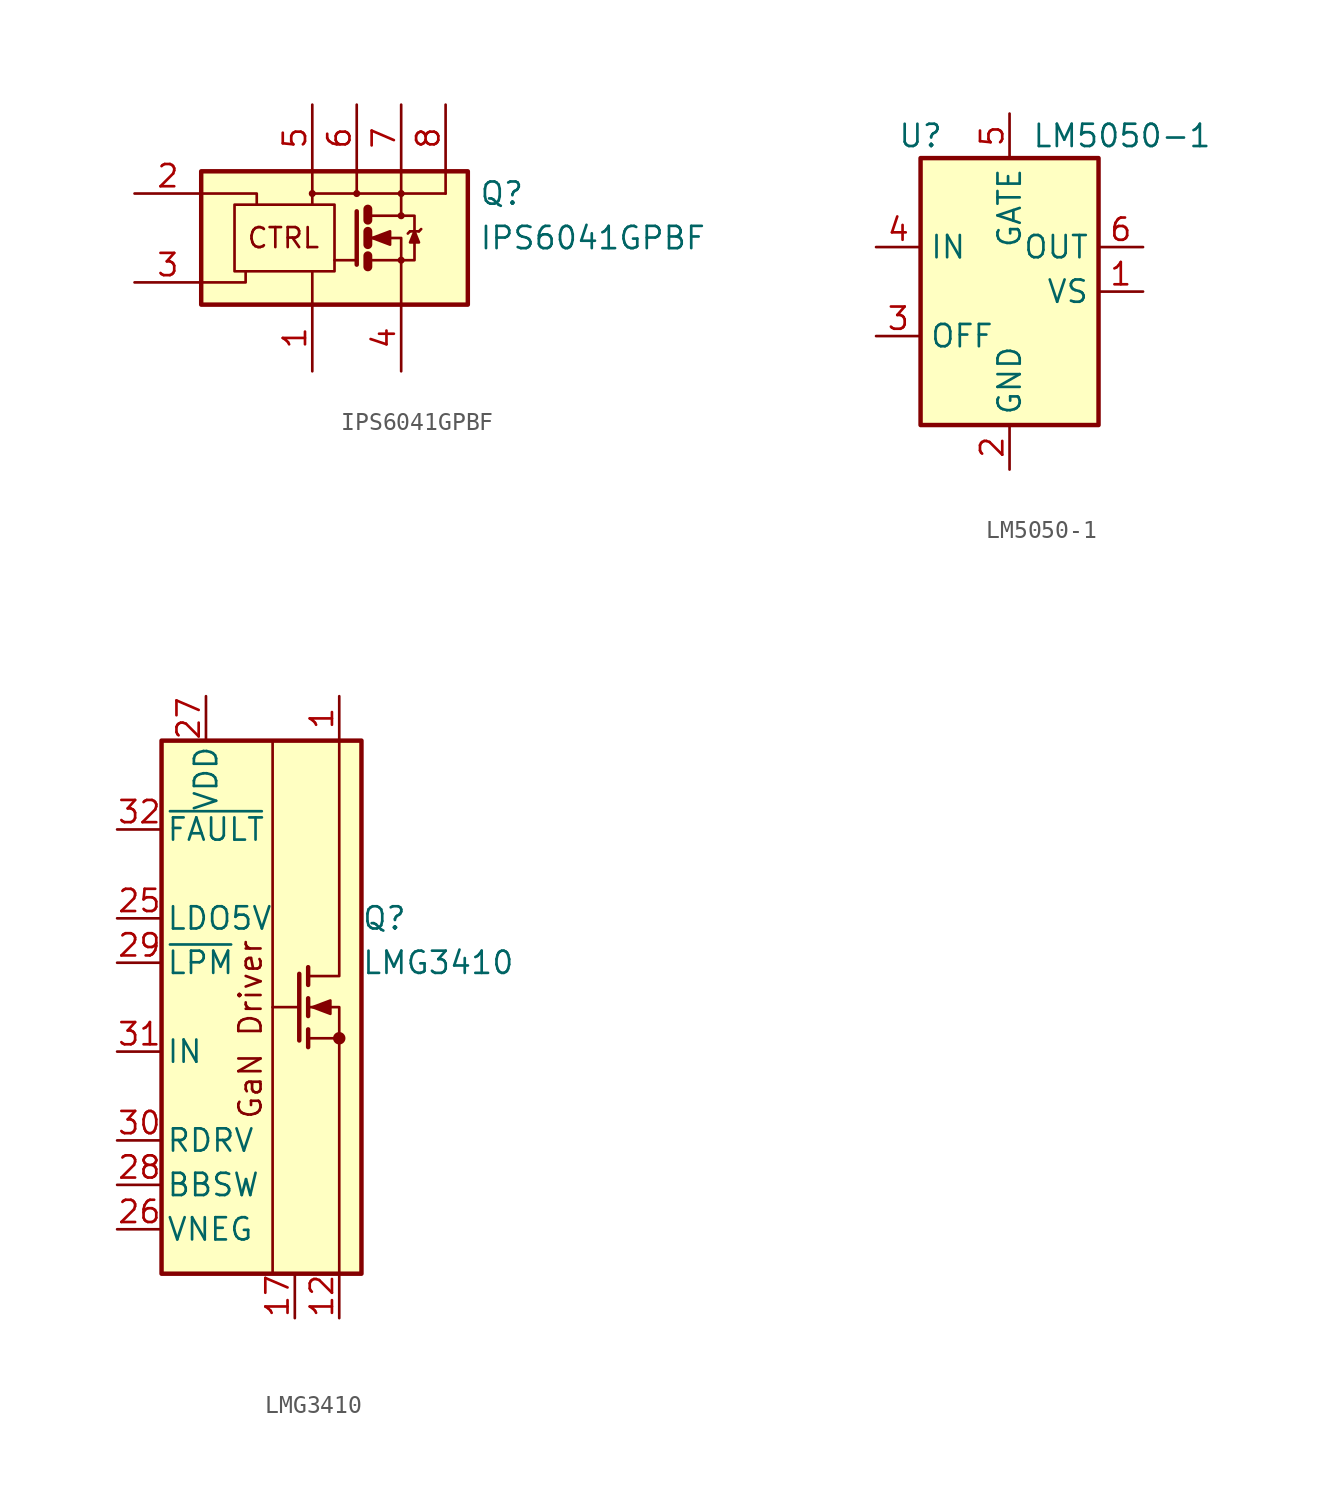
<source format=kicad_sym>
(kicad_symbol_lib
  (version 20211014)
  (generator kicad_symbol_editor)
  (symbol "IPS6041GPBF"
    (pin_names
      (offset 0) hide)
    (property "Reference" "Q"
      (at 9.525 2.54 0)
      (effects (font (size 1.27 1.27)) (justify left)))
    (property "Value" "IPS6041GPBF"
      (at 9.525 0 0)
      (effects (font (size 1.27 1.27)) (justify left)))
    (symbol "IPS6041GPBF_0_0"
      (rectangle (start -6.35 3.81) (end 8.89 -3.81) (stroke (width 0.254) (type default) (color 0 0 0 0)) (fill (type background)))
      (polyline (pts (xy 0 -3.81) (xy 0 -1.905)) (stroke (width 0) (type default) (color 0 0 0 0)) (fill (type none)))
      (polyline (pts (xy 0 2.54) (xy 0 3.81)) (stroke (width 0) (type default) (color 0 0 0 0)) (fill (type none)))
      (polyline (pts (xy 2.54 2.54) (xy 2.54 3.81)) (stroke (width 0) (type default) (color 0 0 0 0)) (fill (type none)))
      (polyline (pts (xy -6.35 -2.54) (xy -3.81 -2.54) (xy -3.81 -1.905)) (stroke (width 0) (type default) (color 0 0 0 0)) (fill (type none)))
      (polyline (pts (xy -6.35 2.54) (xy -3.175 2.54) (xy -3.175 1.905)) (stroke (width 0) (type default) (color 0 0 0 0)) (fill (type none)))
      (polyline (pts (xy 0 1.905) (xy 0 2.54) (xy 5.08 2.54)) (stroke (width 0) (type default) (color 0 0 0 0)) (fill (type none)))
      (circle (center 0 2.54) (radius 0.127) (stroke (width 0) (type default) (color 0 0 0 0)) (fill (type none)))
      (circle (center 2.54 2.54) (radius 0.127) (stroke (width 0) (type default) (color 0 0 0 0)) (fill (type none)))
      (circle (center 5.08 2.54) (radius 0.127) (stroke (width 0) (type default) (color 0 0 0 0)) (fill (type none)))
      (text "CTRL" (at -1.651 0 0) (effects (font (size 1.143 1.143)))))
    (symbol "IPS6041GPBF_0_1"
      (rectangle (start -4.445 1.905) (end 1.27 -1.905) (stroke (width 0) (type default) (color 0 0 0 0)) (fill (type none)))
      (polyline (pts (xy 2.54 -1.27) (xy 1.27 -1.27)) (stroke (width 0) (type default) (color 0 0 0 0)) (fill (type none)))
      (polyline (pts (xy 3.175 -1.016) (xy 3.175 -1.651)) (stroke (width 0.508) (type default) (color 0 0 0 0)) (fill (type none)))
      (polyline (pts (xy 3.175 0.381) (xy 3.175 -0.381)) (stroke (width 0.508) (type default) (color 0 0 0 0)) (fill (type none)))
      (polyline (pts (xy 3.175 1.651) (xy 3.175 1.016)) (stroke (width 0.508) (type default) (color 0 0 0 0)) (fill (type none)))
      (polyline (pts (xy 3.302 -1.27) (xy 5.08 -1.27)) (stroke (width 0) (type default) (color 0 0 0 0)) (fill (type none)))
      (polyline (pts (xy 3.302 1.27) (xy 5.08 1.27)) (stroke (width 0) (type default) (color 0 0 0 0)) (fill (type none)))
      (polyline (pts (xy 5.08 1.27) (xy 5.08 3.81)) (stroke (width 0) (type default) (color 0 0 0 0)) (fill (type none)))
      (polyline (pts (xy 5.08 2.54) (xy 7.62 2.54)) (stroke (width 0) (type default) (color 0 0 0 0)) (fill (type none)))
      (polyline (pts (xy 5.588 0.381) (xy 5.461 0.254)) (stroke (width 0) (type default) (color 0 0 0 0)) (fill (type none)))
      (polyline (pts (xy 5.588 0.381) (xy 6.096 0.381)) (stroke (width 0) (type default) (color 0 0 0 0)) (fill (type none)))
      (polyline (pts (xy 6.096 0.381) (xy 6.223 0.508)) (stroke (width 0) (type default) (color 0 0 0 0)) (fill (type none)))
      (polyline (pts (xy 7.62 3.81) (xy 7.62 2.54)) (stroke (width 0) (type default) (color 0 0 0 0)) (fill (type none)))
      (polyline (pts (xy 2.54 1.524) (xy 2.54 -1.524) (xy 2.54 -1.524)) (stroke (width 0.254) (type default) (color 0 0 0 0)) (fill (type none)))
      (polyline (pts (xy 3.302 0) (xy 5.08 0) (xy 5.08 -3.81)) (stroke (width 0) (type default) (color 0 0 0 0)) (fill (type none)))
      (polyline (pts (xy 5.08 -1.27) (xy 5.842 -1.27) (xy 5.842 1.27) (xy 5.08 1.27)) (stroke (width 0) (type default) (color 0 0 0 0)) (fill (type none)))
      (polyline (pts (xy 5.842 0.381) (xy 5.588 -0.254) (xy 6.096 -0.254) (xy 5.842 0.381)) (stroke (width 0) (type default) (color 0 0 0 0)) (fill (type outline)))
      (polyline (pts (xy 3.429 0) (xy 4.445 0.381) (xy 4.445 -0.381) (xy 3.429 0) (xy 3.556 0) (xy 3.556 0)) (stroke (width 0) (type default) (color 0 0 0 0)) (fill (type outline)))
      (circle (center 5.08 -1.27) (radius 0.127) (stroke (width 0) (type default) (color 0 0 0 0)) (fill (type none)))
      (circle (center 5.08 1.27) (radius 0.127) (stroke (width 0) (type default) (color 0 0 0 0)) (fill (type none))))
    (symbol "IPS6041GPBF_1_1"
      (pin power_in line (at 0 -7.62 90) (length 3.81) (name "GND" (effects (font (size 1.27 1.27)))) (number "1" (effects (font (size 1.27 1.27)))))
      (pin input line (at -10.16 2.54 0) (length 3.81) (name "IN" (effects (font (size 1.27 1.27)))) (number "2" (effects (font (size 1.27 1.27)))))
      (pin bidirectional line (at -10.16 -2.54 0) (length 3.81) (name "DG" (effects (font (size 1.27 1.27)))) (number "3" (effects (font (size 1.27 1.27)))))
      (pin output line (at 5.08 -7.62 90) (length 3.81) (name "OUT" (effects (font (size 1.27 1.27)))) (number "4" (effects (font (size 1.27 1.27)))))
      (pin power_in line (at 0 7.62 270) (length 3.81) (name "VCC" (effects (font (size 1.27 1.27)))) (number "5" (effects (font (size 1.27 1.27)))))
      (pin power_in line (at 2.54 7.62 270) (length 3.81) (name "~" (effects (font (size 1.27 1.27)))) (number "6" (effects (font (size 1.27 1.27)))))
      (pin power_in line (at 5.08 7.62 270) (length 3.81) (name "~" (effects (font (size 1.27 1.27)))) (number "7" (effects (font (size 1.27 1.27)))))
      (pin power_in line (at 7.62 7.62 270) (length 3.81) (name "~" (effects (font (size 1.27 1.27)))) (number "8" (effects (font (size 1.27 1.27)))))))
  (symbol "LM5050-1"
    (property "Reference" "U"
      (at -5.08 8.89 0)
      (effects (font (size 1.27 1.27))))
    (property "Value" "LM5050-1"
      (at 1.27 8.89 0)
      (effects (font (size 1.27 1.27)) (justify left)))
    (symbol "LM5050-1_0_1"
      (rectangle (start -5.08 7.62) (end 5.08 -7.62) (stroke (width 0.254) (type default) (color 0 0 0 0)) (fill (type background))))
    (symbol "LM5050-1_1_1"
      (pin passive line (at 7.62 0 180) (length 2.54) (name "VS" (effects (font (size 1.27 1.27)))) (number "1" (effects (font (size 1.27 1.27)))))
      (pin power_in line (at 0 -10.16 90) (length 2.54) (name "GND" (effects (font (size 1.27 1.27)))) (number "2" (effects (font (size 1.27 1.27)))))
      (pin input line (at -7.62 -2.54 0) (length 2.54) (name "OFF" (effects (font (size 1.27 1.27)))) (number "3" (effects (font (size 1.27 1.27)))))
      (pin input line (at -7.62 2.54 0) (length 2.54) (name "IN" (effects (font (size 1.27 1.27)))) (number "4" (effects (font (size 1.27 1.27)))))
      (pin output line (at 0 10.16 270) (length 2.54) (name "GATE" (effects (font (size 1.27 1.27)))) (number "5" (effects (font (size 1.27 1.27)))))
      (pin input line (at 7.62 2.54 180) (length 2.54) (name "OUT" (effects (font (size 1.27 1.27)))) (number "6" (effects (font (size 1.27 1.27)))))))
  (symbol "LMG3410"
    (pin_names
      (offset 0.254))
    (property "Reference" "Q"
      (at 6.35 5.08 0)
      (effects (font (size 1.27 1.27)) (justify left)))
    (property "Value" "LMG3410"
      (at 6.35 2.54 0)
      (effects (font (size 1.27 1.27)) (justify left)))
    (symbol "LMG3410_0_1"
      (rectangle (start -5.08 15.24) (end 6.35 -15.24) (stroke (width 0.254) (type default) (color 0 0 0 0)) (fill (type background)))
      (polyline (pts (xy 1.27 0) (xy 2.794 0)) (stroke (width 0) (type default) (color 0 0 0 0)) (fill (type none)))
      (polyline (pts (xy 1.27 15.24) (xy 1.27 -15.24)) (stroke (width 0) (type default) (color 0 0 0 0)) (fill (type none)))
      (polyline (pts (xy 3.302 -1.778) (xy 5.08 -1.778)) (stroke (width 0) (type default) (color 0 0 0 0)) (fill (type none)))
      (polyline (pts (xy 3.302 -1.27) (xy 3.302 -2.286)) (stroke (width 0.254) (type default) (color 0 0 0 0)) (fill (type none)))
      (polyline (pts (xy 3.302 0.508) (xy 3.302 -0.508)) (stroke (width 0.254) (type default) (color 0 0 0 0)) (fill (type none)))
      (polyline (pts (xy 3.302 2.286) (xy 3.302 1.27)) (stroke (width 0.254) (type default) (color 0 0 0 0)) (fill (type none)))
      (polyline (pts (xy 2.794 1.905) (xy 2.794 -1.905) (xy 2.794 -1.905)) (stroke (width 0.254) (type default) (color 0 0 0 0)) (fill (type none)))
      (polyline (pts (xy 3.302 0) (xy 5.08 0) (xy 5.08 -15.24)) (stroke (width 0) (type default) (color 0 0 0 0)) (fill (type none)))
      (polyline (pts (xy 5.08 15.24) (xy 5.08 1.778) (xy 3.302 1.778)) (stroke (width 0) (type default) (color 0 0 0 0)) (fill (type none)))
      (polyline (pts (xy 3.556 0) (xy 4.572 0.381) (xy 4.572 -0.381) (xy 3.556 0)) (stroke (width 0) (type default) (color 0 0 0 0)) (fill (type outline)))
      (circle (center 5.08 -1.778) (radius 0.279) (stroke (width 0) (type default) (color 0 0 0 0)) (fill (type outline))))
    (symbol "LMG3410_1_0"
      (text "GaN Driver" (at 0 -1.27 900) (effects (font (size 1.27 1.27)))))
    (symbol "LMG3410_1_1"
      (pin passive line (at 5.08 17.78 270) (length 2.54) (name "~" (effects (font (size 1.27 1.27)))) (number "1" (effects (font (size 1.27 1.27)))))
      (pin passive line (at 5.08 17.78 270) (length 2.54) hide (name "~" (effects (font (size 1.27 1.27)))) (number "10" (effects (font (size 1.27 1.27)))))
      (pin passive line (at 5.08 17.78 270) (length 2.54) hide (name "~" (effects (font (size 1.27 1.27)))) (number "11" (effects (font (size 1.27 1.27)))))
      (pin passive line (at 5.08 -17.78 90) (length 2.54) (name "~" (effects (font (size 1.27 1.27)))) (number "12" (effects (font (size 1.27 1.27)))))
      (pin passive line (at 5.08 -17.78 90) (length 2.54) hide (name "~" (effects (font (size 1.27 1.27)))) (number "13" (effects (font (size 1.27 1.27)))))
      (pin passive line (at 5.08 -17.78 90) (length 2.54) hide (name "~" (effects (font (size 1.27 1.27)))) (number "14" (effects (font (size 1.27 1.27)))))
      (pin passive line (at 5.08 -17.78 90) (length 2.54) hide (name "~" (effects (font (size 1.27 1.27)))) (number "15" (effects (font (size 1.27 1.27)))))
      (pin passive line (at 5.08 -17.78 90) (length 2.54) hide (name "~" (effects (font (size 1.27 1.27)))) (number "16" (effects (font (size 1.27 1.27)))))
      (pin passive line (at 2.54 -17.78 90) (length 2.54) (name "~" (effects (font (size 1.27 1.27)))) (number "17" (effects (font (size 1.27 1.27)))))
      (pin passive line (at 5.08 -17.78 90) (length 2.54) hide (name "~" (effects (font (size 1.27 1.27)))) (number "18" (effects (font (size 1.27 1.27)))))
      (pin passive line (at 5.08 -17.78 90) (length 2.54) hide (name "~" (effects (font (size 1.27 1.27)))) (number "19" (effects (font (size 1.27 1.27)))))
      (pin passive line (at 5.08 17.78 270) (length 2.54) hide (name "~" (effects (font (size 1.27 1.27)))) (number "2" (effects (font (size 1.27 1.27)))))
      (pin passive line (at 5.08 -17.78 90) (length 2.54) hide (name "~" (effects (font (size 1.27 1.27)))) (number "20" (effects (font (size 1.27 1.27)))))
      (pin passive line (at 5.08 -17.78 90) (length 2.54) hide (name "~" (effects (font (size 1.27 1.27)))) (number "21" (effects (font (size 1.27 1.27)))))
      (pin passive line (at 5.08 -17.78 90) (length 2.54) hide (name "~" (effects (font (size 1.27 1.27)))) (number "22" (effects (font (size 1.27 1.27)))))
      (pin passive line (at 5.08 -17.78 90) (length 2.54) hide (name "~" (effects (font (size 1.27 1.27)))) (number "23" (effects (font (size 1.27 1.27)))))
      (pin passive line (at 5.08 -17.78 90) (length 2.54) hide (name "~" (effects (font (size 1.27 1.27)))) (number "24" (effects (font (size 1.27 1.27)))))
      (pin power_out line (at -7.62 5.08 0) (length 2.54) (name "LDO5V" (effects (font (size 1.27 1.27)))) (number "25" (effects (font (size 1.27 1.27)))))
      (pin power_in line (at -7.62 -12.7 0) (length 2.54) (name "VNEG" (effects (font (size 1.27 1.27)))) (number "26" (effects (font (size 1.27 1.27)))))
      (pin power_in line (at -2.54 17.78 270) (length 2.54) (name "VDD" (effects (font (size 1.27 1.27)))) (number "27" (effects (font (size 1.27 1.27)))))
      (pin passive line (at -7.62 -10.16 0) (length 2.54) (name "BBSW" (effects (font (size 1.27 1.27)))) (number "28" (effects (font (size 1.27 1.27)))))
      (pin input line (at -7.62 2.54 0) (length 2.54) (name "~{LPM}" (effects (font (size 1.27 1.27)))) (number "29" (effects (font (size 1.27 1.27)))))
      (pin passive line (at 5.08 17.78 270) (length 2.54) hide (name "~" (effects (font (size 1.27 1.27)))) (number "3" (effects (font (size 1.27 1.27)))))
      (pin passive line (at -7.62 -7.62 0) (length 2.54) (name "RDRV" (effects (font (size 1.27 1.27)))) (number "30" (effects (font (size 1.27 1.27)))))
      (pin input line (at -7.62 -2.54 0) (length 2.54) (name "IN" (effects (font (size 1.27 1.27)))) (number "31" (effects (font (size 1.27 1.27)))))
      (pin output line (at -7.62 10.16 0) (length 2.54) (name "~{FAULT}" (effects (font (size 1.27 1.27)))) (number "32" (effects (font (size 1.27 1.27)))))
      (pin passive line (at 5.08 -17.78 90) (length 2.54) hide (name "~" (effects (font (size 1.27 1.27)))) (number "33" (effects (font (size 1.27 1.27)))))
      (pin passive line (at 5.08 17.78 270) (length 2.54) hide (name "~" (effects (font (size 1.27 1.27)))) (number "4" (effects (font (size 1.27 1.27)))))
      (pin passive line (at 5.08 17.78 270) (length 2.54) hide (name "~" (effects (font (size 1.27 1.27)))) (number "5" (effects (font (size 1.27 1.27)))))
      (pin passive line (at 5.08 17.78 270) (length 2.54) hide (name "~" (effects (font (size 1.27 1.27)))) (number "6" (effects (font (size 1.27 1.27)))))
      (pin passive line (at 5.08 17.78 270) (length 2.54) hide (name "~" (effects (font (size 1.27 1.27)))) (number "7" (effects (font (size 1.27 1.27)))))
      (pin passive line (at 5.08 17.78 270) (length 2.54) hide (name "~" (effects (font (size 1.27 1.27)))) (number "8" (effects (font (size 1.27 1.27)))))
      (pin passive line (at 5.08 17.78 270) (length 2.54) hide (name "~" (effects (font (size 1.27 1.27)))) (number "9" (effects (font (size 1.27 1.27))))))))
</source>
